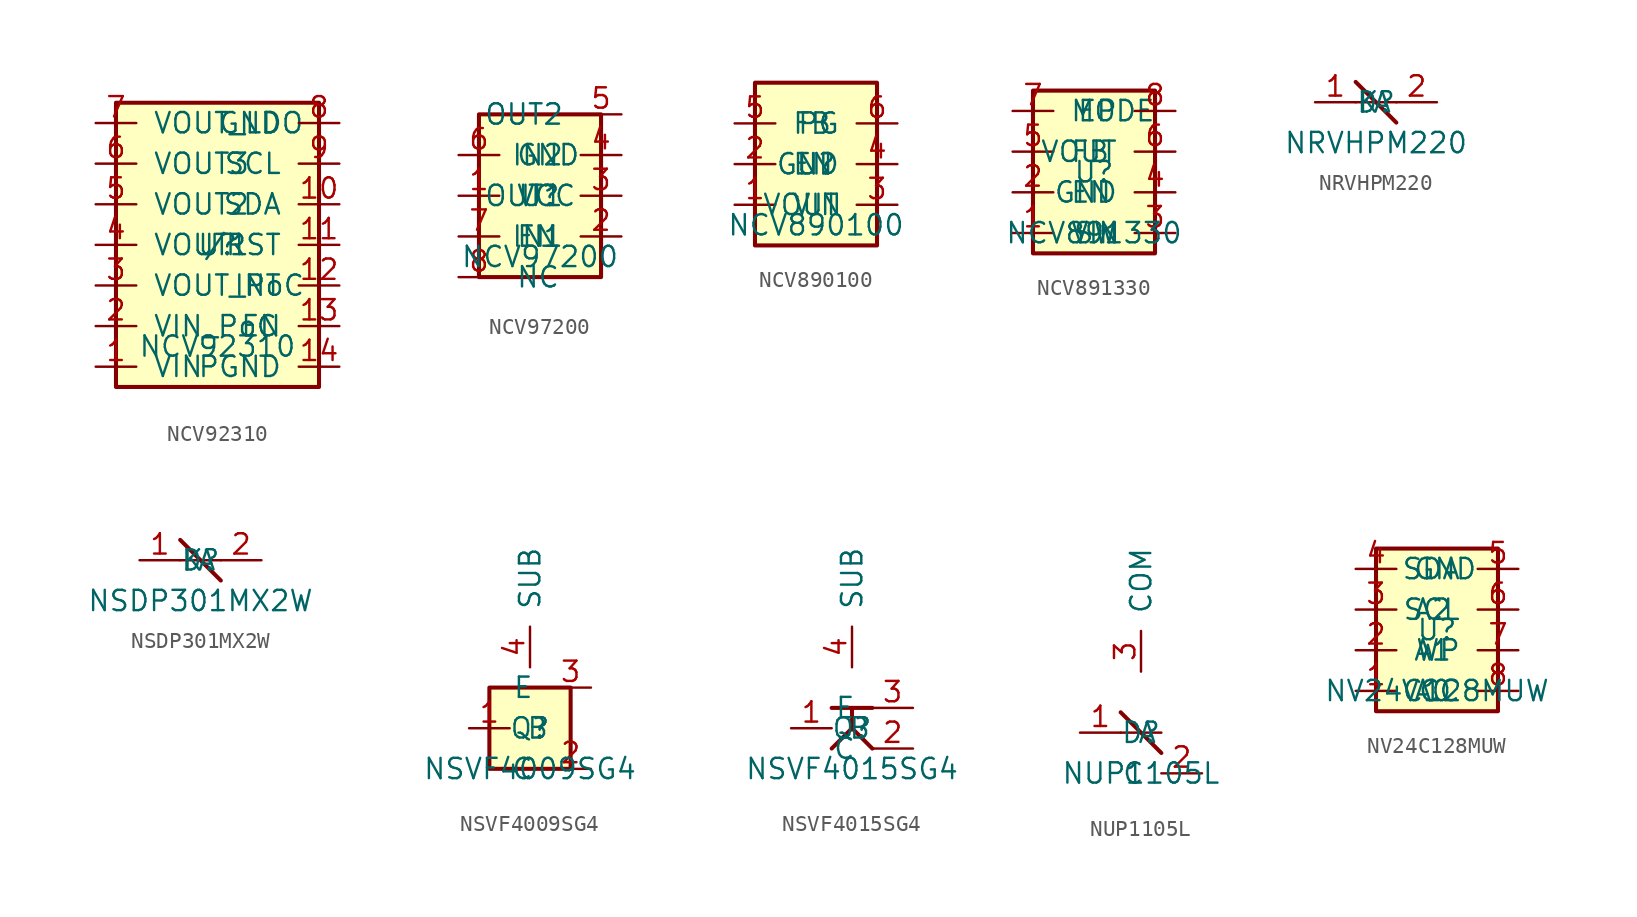
<source format=kicad_sym>
(kicad_symbol_lib
  (version 20220914)
  (generator kicad_symbol_editor)
  (symbol "NCV92310"
    (pin_names
      (offset 1.016))
    (property "Reference" "U"
      (at 0 0 0)
      (effects (font (size 1.27 1.27) (thickness 0.15))))
    (property "Value" "NCV92310"
      (at 0 -6.35 0)
      (effects (font (size 1.27 1.27) (thickness 0.15))))
    (symbol "NCV92310_0_1"
      (rectangle (start -6.35 -8.89) (end 6.35 8.89) (stroke (width 0.254) (type default)) (fill (type background)))
      (pin power_in line (at -7.62 -7.62 0) (length 2.54) (name "VIN" (effects (font (size 1.27 1.27)))) (number "1" (effects (font (size 1.27 1.27)))))
      (pin power_in line (at -7.62 -5.08 0) (length 2.54) (name "VIN_PoC" (effects (font (size 1.27 1.27)))) (number "2" (effects (font (size 1.27 1.27)))))
      (pin output line (at -7.62 -2.54 0) (length 2.54) (name "VOUT_PoC" (effects (font (size 1.27 1.27)))) (number "3" (effects (font (size 1.27 1.27)))))
      (pin output line (at -7.62 0 0) (length 2.54) (name "VOUT1" (effects (font (size 1.27 1.27)))) (number "4" (effects (font (size 1.27 1.27)))))
      (pin output line (at -7.62 2.54 0) (length 2.54) (name "VOUT2" (effects (font (size 1.27 1.27)))) (number "5" (effects (font (size 1.27 1.27)))))
      (pin output line (at -7.62 5.08 0) (length 2.54) (name "VOUT3" (effects (font (size 1.27 1.27)))) (number "6" (effects (font (size 1.27 1.27)))))
      (pin output line (at -7.62 7.62 0) (length 2.54) (name "VOUT_LDO" (effects (font (size 1.27 1.27)))) (number "7" (effects (font (size 1.27 1.27)))))
      (pin power_in line (at 7.62 7.62 180) (length 2.54) (name "GND" (effects (font (size 1.27 1.27)))) (number "8" (effects (font (size 1.27 1.27)))))
      (pin input line (at 7.62 5.08 180) (length 2.54) (name "SCL" (effects (font (size 1.27 1.27)))) (number "9" (effects (font (size 1.27 1.27)))))
      (pin bidirectional line (at 7.62 2.54 180) (length 2.54) (name "SDA" (effects (font (size 1.27 1.27)))) (number "10" (effects (font (size 1.27 1.27)))))
      (pin output line (at 7.62 0 180) (length 2.54) (name "/RST" (effects (font (size 1.27 1.27)))) (number "11" (effects (font (size 1.27 1.27)))))
      (pin output line (at 7.62 -2.54 180) (length 2.54) (name "INT" (effects (font (size 1.27 1.27)))) (number "12" (effects (font (size 1.27 1.27)))))
      (pin input line (at 7.62 -5.08 180) (length 2.54) (name "EN" (effects (font (size 1.27 1.27)))) (number "13" (effects (font (size 1.27 1.27)))))
      (pin power_in line (at 7.62 -7.62 180) (length 2.54) (name "PGND" (effects (font (size 1.27 1.27)))) (number "14" (effects (font (size 1.27 1.27)))))))
  (symbol "NCV97200"
    (pin_names
      (offset 1.016))
    (property "Reference" "U"
      (at 0 0 0)
      (effects (font (size 1.27 1.27) (thickness 0.15))))
    (property "Value" "NCV97200"
      (at 0 -3.81 0)
      (effects (font (size 1.27 1.27) (thickness 0.15))))
    (symbol "NCV97200_0_1"
      (rectangle (start -3.81 -5.08) (end 3.81 5.08) (stroke (width 0.254) (type default)) (fill (type background)))
      (pin power_in line (at -5.08 0 0) (length 2.54) (name "VCC" (effects (font (size 1.27 1.27)))) (number "1" (effects (font (size 1.27 1.27)))))
      (pin input line (at 5.08 -2.54 180) (length 2.54) (name "IN1" (effects (font (size 1.27 1.27)))) (number "2" (effects (font (size 1.27 1.27)))))
      (pin output line (at 5.08 0 180) (length 2.54) (name "OUT1" (effects (font (size 1.27 1.27)))) (number "3" (effects (font (size 1.27 1.27)))))
      (pin input line (at 5.08 2.54 180) (length 2.54) (name "IN2" (effects (font (size 1.27 1.27)))) (number "4" (effects (font (size 1.27 1.27)))))
      (pin output line (at 5.08 5.08 180) (length 2.54) (name "OUT2" (effects (font (size 1.27 1.27)))) (number "5" (effects (font (size 1.27 1.27)))))
      (pin power_in line (at -5.08 2.54 0) (length 2.54) (name "GND" (effects (font (size 1.27 1.27)))) (number "6" (effects (font (size 1.27 1.27)))))
      (pin input line (at -5.08 -2.54 0) (length 2.54) (name "EN" (effects (font (size 1.27 1.27)))) (number "7" (effects (font (size 1.27 1.27)))))
      (pin input line (at -5.08 -5.08 0) (length 2.54) (name "NC" (effects (font (size 1.27 1.27)))) (number "8" (effects (font (size 1.27 1.27)))))))
  (symbol "NCV890100"
    (pin_names
      (offset 1.016))
    (property "Reference" "U"
      (at 0 0 0)
      (effects (font (size 1.27 1.27) (thickness 0.15))))
    (property "Value" "NCV890100"
      (at 0 -3.81 0)
      (effects (font (size 1.27 1.27) (thickness 0.15))))
    (symbol "NCV890100_0_1"
      (rectangle (start -3.81 -5.08) (end 3.81 5.08) (stroke (width 0.254) (type default)) (fill (type background)))
      (pin power_in line (at -5.08 -2.54 0) (length 2.54) (name "VIN" (effects (font (size 1.27 1.27)))) (number "1" (effects (font (size 1.27 1.27)))))
      (pin input line (at -5.08 0 0) (length 2.54) (name "EN" (effects (font (size 1.27 1.27)))) (number "2" (effects (font (size 1.27 1.27)))))
      (pin output line (at 5.08 -2.54 180) (length 2.54) (name "VOUT" (effects (font (size 1.27 1.27)))) (number "3" (effects (font (size 1.27 1.27)))))
      (pin power_in line (at 5.08 0 180) (length 2.54) (name "GND" (effects (font (size 1.27 1.27)))) (number "4" (effects (font (size 1.27 1.27)))))
      (pin input line (at -5.08 2.54 0) (length 2.54) (name "FB" (effects (font (size 1.27 1.27)))) (number "5" (effects (font (size 1.27 1.27)))))
      (pin output line (at 5.08 2.54 180) (length 2.54) (name "PG" (effects (font (size 1.27 1.27)))) (number "6" (effects (font (size 1.27 1.27)))))))
  (symbol "NCV891330"
    (pin_names
      (offset 1.016))
    (property "Reference" "U"
      (at 0 0 0)
      (effects (font (size 1.27 1.27) (thickness 0.15))))
    (property "Value" "NCV891330"
      (at 0 -3.81 0)
      (effects (font (size 1.27 1.27) (thickness 0.15))))
    (symbol "NCV891330_0_1"
      (rectangle (start -3.81 -5.08) (end 3.81 5.08) (stroke (width 0.254) (type default)) (fill (type background)))
      (pin power_in line (at -5.08 -3.81 0) (length 2.54) (name "VIN" (effects (font (size 1.27 1.27)))) (number "1" (effects (font (size 1.27 1.27)))))
      (pin input line (at -5.08 -1.27 0) (length 2.54) (name "EN" (effects (font (size 1.27 1.27)))) (number "2" (effects (font (size 1.27 1.27)))))
      (pin output line (at 5.08 -3.81 180) (length 2.54) (name "SW" (effects (font (size 1.27 1.27)))) (number "3" (effects (font (size 1.27 1.27)))))
      (pin power_in line (at 5.08 -1.27 180) (length 2.54) (name "GND" (effects (font (size 1.27 1.27)))) (number "4" (effects (font (size 1.27 1.27)))))
      (pin input line (at -5.08 1.27 0) (length 2.54) (name "FB" (effects (font (size 1.27 1.27)))) (number "5" (effects (font (size 1.27 1.27)))))
      (pin output line (at 5.08 1.27 180) (length 2.54) (name "VOUT" (effects (font (size 1.27 1.27)))) (number "6" (effects (font (size 1.27 1.27)))))
      (pin input line (at -5.08 3.81 0) (length 2.54) (name "MODE" (effects (font (size 1.27 1.27)))) (number "7" (effects (font (size 1.27 1.27)))))
      (pin power_in line (at 5.08 3.81 180) (length 2.54) (name "EP" (effects (font (size 1.27 1.27)))) (number "8" (effects (font (size 1.27 1.27)))))))
  (symbol "NRVHPM220"
    (pin_names
      (offset 1.016))
    (property "Reference" "D"
      (at 0 0 0)
      (effects (font (size 1.27 1.27) (thickness 0.15))))
    (property "Value" "NRVHPM220"
      (at 0 -2.54 0)
      (effects (font (size 1.27 1.27) (thickness 0.15))))
    (symbol "NRVHPM220_0_1"
      (polyline (pts (xy -1.27 0) (xy 1.27 0)) (stroke (width 0) (type default)) (fill (type none)))
      (polyline (pts (xy -1.27 1.27) (xy 1.27 -1.27)) (stroke (width 0.254) (type default)) (fill (type none)))
      (pin passive line (at -3.81 0 0) (length 2.54) (name "A" (effects (font (size 1.27 1.27)))) (number "1" (effects (font (size 1.27 1.27)))))
      (pin passive line (at 3.81 0 180) (length 2.54) (name "K" (effects (font (size 1.27 1.27)))) (number "2" (effects (font (size 1.27 1.27)))))))
  (symbol "NSDP301MX2W"
    (pin_names
      (offset 1.016))
    (property "Reference" "D"
      (at 0 0 0)
      (effects (font (size 1.27 1.27) (thickness 0.15))))
    (property "Value" "NSDP301MX2W"
      (at 0 -2.54 0)
      (effects (font (size 1.27 1.27) (thickness 0.15))))
    (symbol "NSDP301MX2W_0_1"
      (polyline (pts (xy -1.27 0) (xy 1.27 0)) (stroke (width 0) (type default)) (fill (type none)))
      (polyline (pts (xy -1.27 1.27) (xy 1.27 -1.27)) (stroke (width 0.254) (type default)) (fill (type none)))
      (pin passive line (at -3.81 0 0) (length 2.54) (name "A" (effects (font (size 1.27 1.27)))) (number "1" (effects (font (size 1.27 1.27)))))
      (pin passive line (at 3.81 0 180) (length 2.54) (name "K" (effects (font (size 1.27 1.27)))) (number "2" (effects (font (size 1.27 1.27)))))))
  (symbol "NSVF4009SG4"
    (pin_names
      (offset 1.016))
    (property "Reference" "Q"
      (at 0 0 0)
      (effects (font (size 1.27 1.27) (thickness 0.15))))
    (property "Value" "NSVF4009SG4"
      (at 0 -2.54 0)
      (effects (font (size 1.27 1.27) (thickness 0.15))))
    (symbol "NSVF4009SG4_0_1"
      (rectangle (start -2.54 -2.54) (end 2.54 2.54) (stroke (width 0.254) (type default)) (fill (type background)))
      (pin passive line (at -3.81 0 0) (length 2.54) (name "B" (effects (font (size 1.27 1.27)))) (number "1" (effects (font (size 1.27 1.27)))))
      (pin passive line (at 3.81 -2.54 180) (length 2.54) (name "C" (effects (font (size 1.27 1.27)))) (number "2" (effects (font (size 1.27 1.27)))))
      (pin passive line (at 3.81 2.54 180) (length 2.54) (name "E" (effects (font (size 1.27 1.27)))) (number "3" (effects (font (size 1.27 1.27)))))
      (pin passive line (at 0 3.81 90) (length 2.54) (name "SUB" (effects (font (size 1.27 1.27)))) (number "4" (effects (font (size 1.27 1.27)))))))
  (symbol "NSVF4015SG4"
    (pin_names
      (offset 1.016))
    (property "Reference" "Q"
      (at 0 0 0)
      (effects (font (size 1.27 1.27) (thickness 0.15))))
    (property "Value" "NSVF4015SG4"
      (at 0 -2.54 0)
      (effects (font (size 1.27 1.27) (thickness 0.15))))
    (symbol "NSVF4015SG4_0_1"
      (polyline (pts (xy -1.27 -1.27) (xy 0 0) (xy 1.27 -1.27)) (stroke (width 0.254) (type default)) (fill (type none)))
      (polyline (pts (xy 0 0) (xy 0 1.27)) (stroke (width 0.254) (type default)) (fill (type none)))
      (polyline (pts (xy -1.27 1.27) (xy 1.27 1.27)) (stroke (width 0.254) (type default)) (fill (type none)))
      (pin input line (at -3.81 0 0) (length 2.54) (name "B" (effects (font (size 1.27 1.27)))) (number "1" (effects (font (size 1.27 1.27)))))
      (pin output line (at 3.81 -1.27 180) (length 2.54) (name "C" (effects (font (size 1.27 1.27)))) (number "2" (effects (font (size 1.27 1.27)))))
      (pin output line (at 3.81 1.27 180) (length 2.54) (name "E" (effects (font (size 1.27 1.27)))) (number "3" (effects (font (size 1.27 1.27)))))
      (pin power_in line (at 0 3.81 90) (length 2.54) (name "SUB" (effects (font (size 1.27 1.27)))) (number "4" (effects (font (size 1.27 1.27)))))))
  (symbol "NUP1105L"
    (pin_names
      (offset 1.016))
    (property "Reference" "D"
      (at 0 0 0)
      (effects (font (size 1.27 1.27) (thickness 0.15))))
    (property "Value" "NUP1105L"
      (at 0 -2.54 0)
      (effects (font (size 1.27 1.27) (thickness 0.15))))
    (symbol "NUP1105L_0_1"
      (polyline (pts (xy -1.27 0) (xy 1.27 0)) (stroke (width 0) (type default)) (fill (type none)))
      (polyline (pts (xy -1.27 1.27) (xy 1.27 -1.27)) (stroke (width 0.254) (type default)) (fill (type none)))
      (pin passive line (at -3.81 0 0) (length 2.54) (name "A" (effects (font (size 1.27 1.27)))) (number "1" (effects (font (size 1.27 1.27)))))
      (pin passive line (at 3.81 -2.54 180) (length 2.54) (name "C" (effects (font (size 1.27 1.27)))) (number "2" (effects (font (size 1.27 1.27)))))
      (pin power_in line (at 0 3.81 90) (length 2.54) (name "COM" (effects (font (size 1.27 1.27)))) (number "3" (effects (font (size 1.27 1.27)))))))
  (symbol "NV24C128MUW"
    (pin_names
      (offset 1.016))
    (property "Reference" "U"
      (at 0 0 0)
      (effects (font (size 1.27 1.27) (thickness 0.15))))
    (property "Value" "NV24C128MUW"
      (at 0 -3.81 0)
      (effects (font (size 1.27 1.27) (thickness 0.15))))
    (symbol "NV24C128MUW_0_1"
      (rectangle (start -3.81 -5.08) (end 3.81 5.08) (stroke (width 0.254) (type default)) (fill (type background)))
      (pin input line (at -5.08 -3.81 0) (length 2.54) (name "A0" (effects (font (size 1.27 1.27)))) (number "1" (effects (font (size 1.27 1.27)))))
      (pin input line (at -5.08 -1.27 0) (length 2.54) (name "A1" (effects (font (size 1.27 1.27)))) (number "2" (effects (font (size 1.27 1.27)))))
      (pin input line (at -5.08 1.27 0) (length 2.54) (name "A2" (effects (font (size 1.27 1.27)))) (number "3" (effects (font (size 1.27 1.27)))))
      (pin power_in line (at -5.08 3.81 0) (length 2.54) (name "GND" (effects (font (size 1.27 1.27)))) (number "4" (effects (font (size 1.27 1.27)))))
      (pin bidirectional line (at 5.08 3.81 180) (length 2.54) (name "SDA" (effects (font (size 1.27 1.27)))) (number "5" (effects (font (size 1.27 1.27)))))
      (pin input line (at 5.08 1.27 180) (length 2.54) (name "SCL" (effects (font (size 1.27 1.27)))) (number "6" (effects (font (size 1.27 1.27)))))
      (pin input line (at 5.08 -1.27 180) (length 2.54) (name "WP" (effects (font (size 1.27 1.27)))) (number "7" (effects (font (size 1.27 1.27)))))
      (pin power_in line (at 5.08 -3.81 180) (length 2.54) (name "VCC" (effects (font (size 1.27 1.27)))) (number "8" (effects (font (size 1.27 1.27))))))))
</source>
